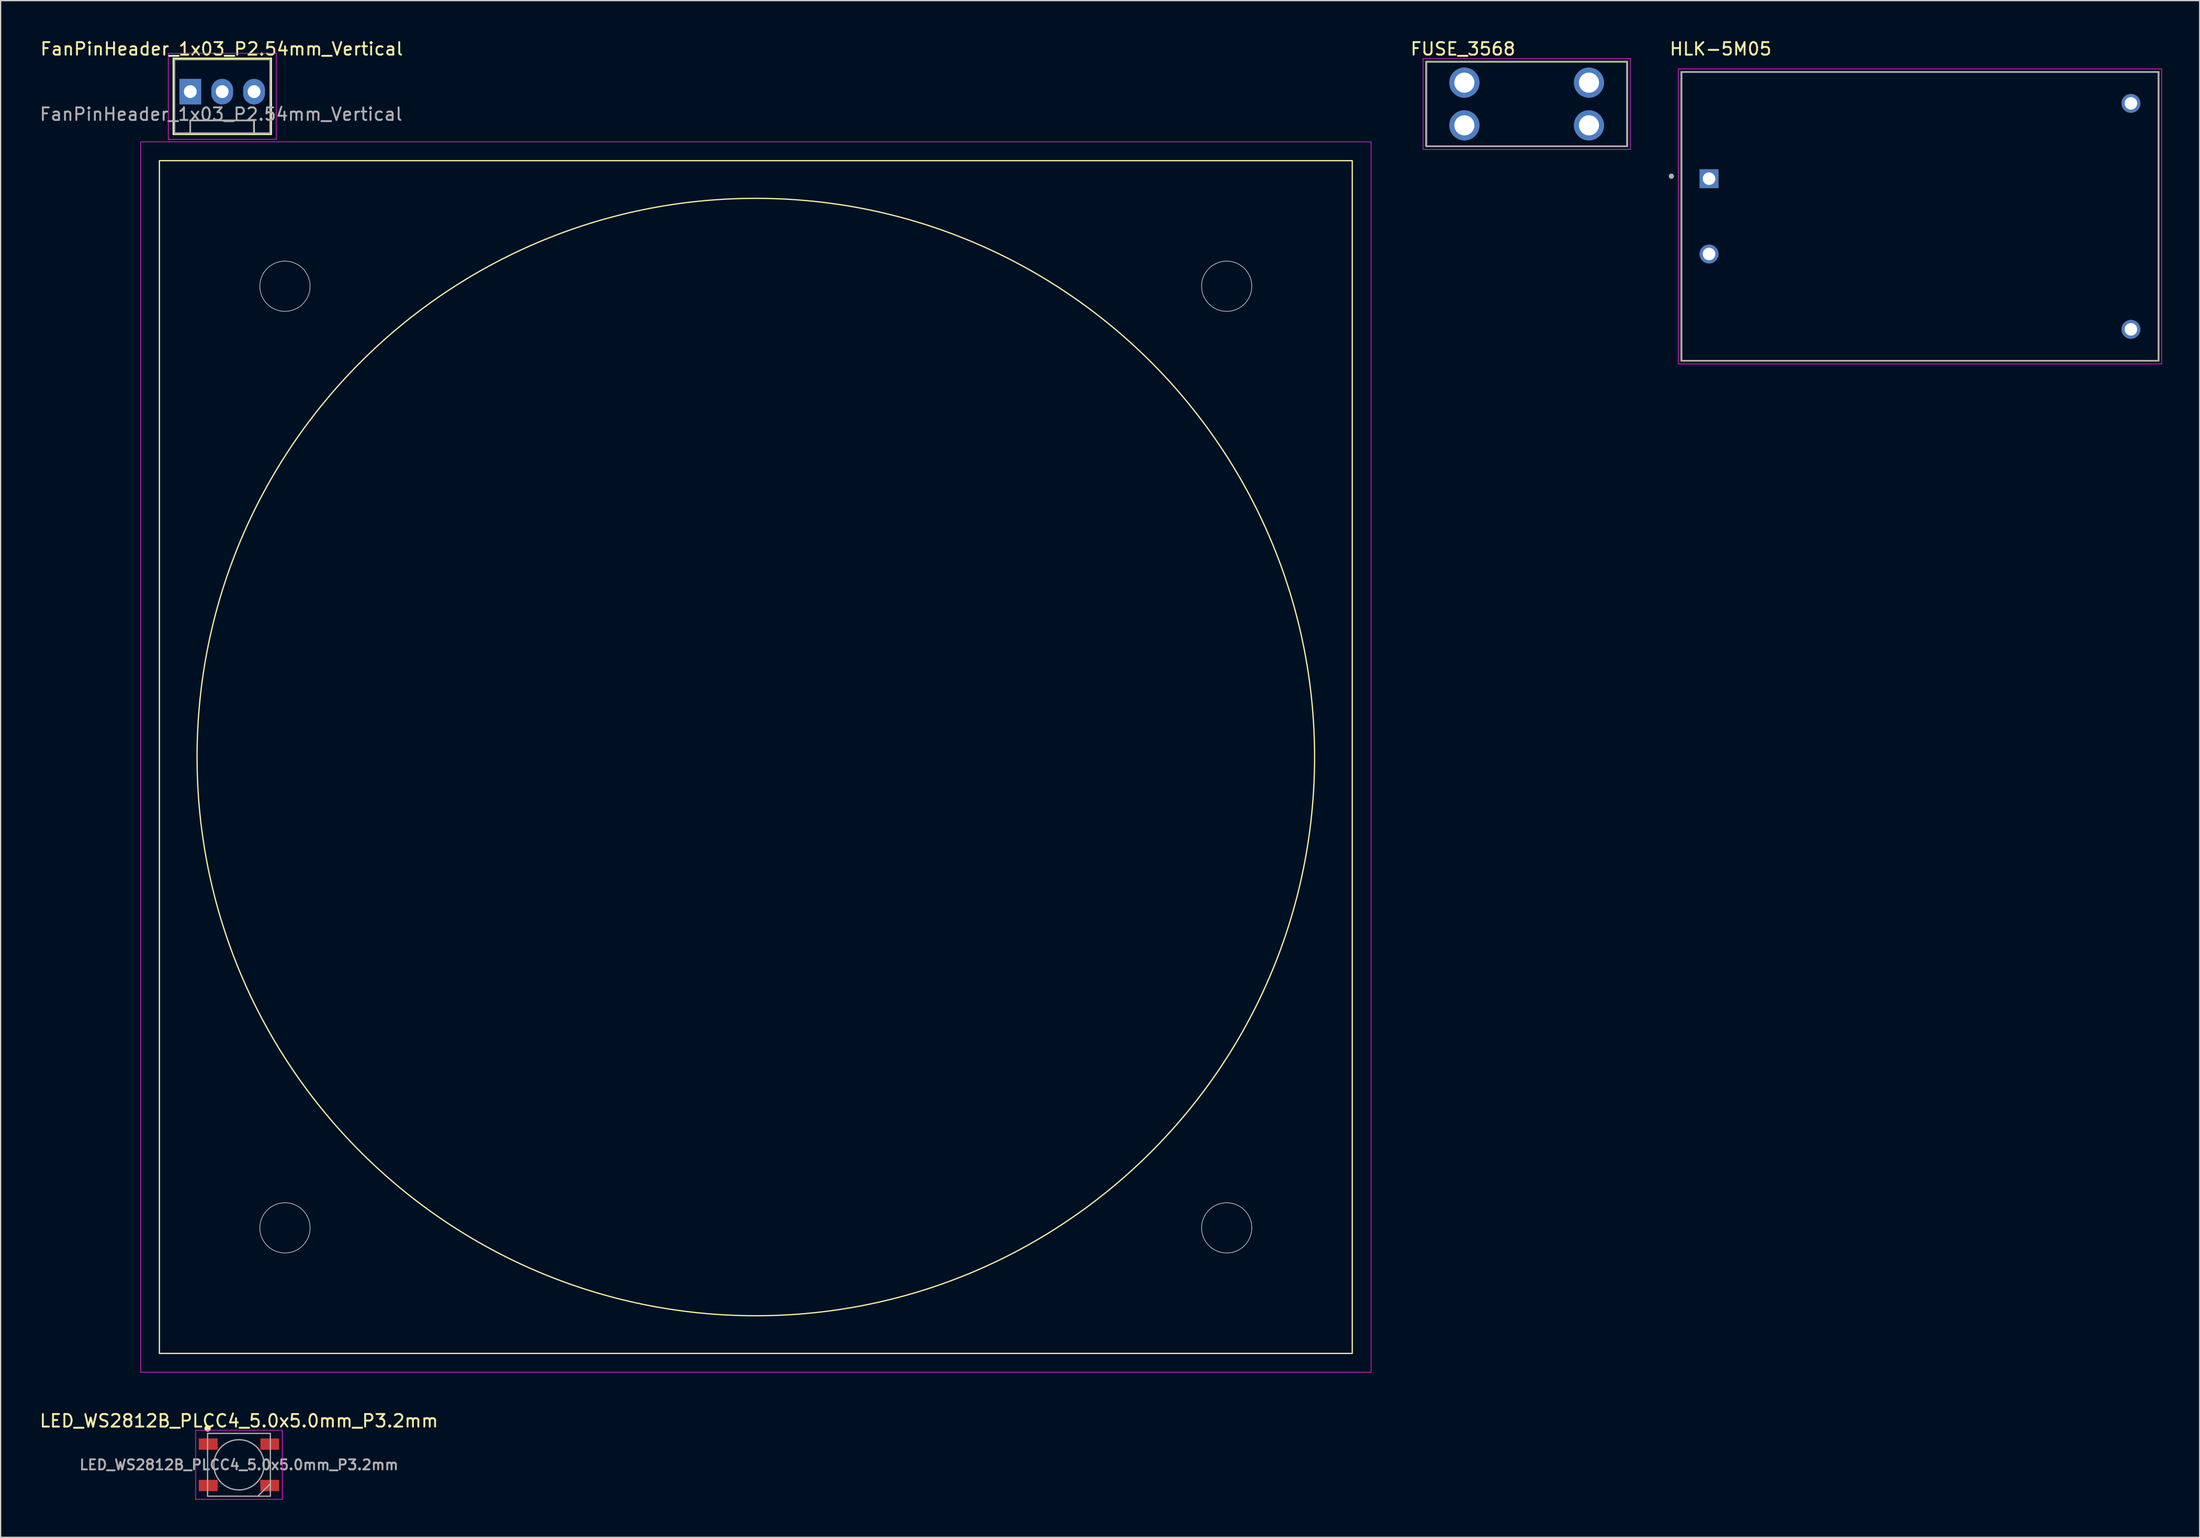
<source format=kicad_pcb>
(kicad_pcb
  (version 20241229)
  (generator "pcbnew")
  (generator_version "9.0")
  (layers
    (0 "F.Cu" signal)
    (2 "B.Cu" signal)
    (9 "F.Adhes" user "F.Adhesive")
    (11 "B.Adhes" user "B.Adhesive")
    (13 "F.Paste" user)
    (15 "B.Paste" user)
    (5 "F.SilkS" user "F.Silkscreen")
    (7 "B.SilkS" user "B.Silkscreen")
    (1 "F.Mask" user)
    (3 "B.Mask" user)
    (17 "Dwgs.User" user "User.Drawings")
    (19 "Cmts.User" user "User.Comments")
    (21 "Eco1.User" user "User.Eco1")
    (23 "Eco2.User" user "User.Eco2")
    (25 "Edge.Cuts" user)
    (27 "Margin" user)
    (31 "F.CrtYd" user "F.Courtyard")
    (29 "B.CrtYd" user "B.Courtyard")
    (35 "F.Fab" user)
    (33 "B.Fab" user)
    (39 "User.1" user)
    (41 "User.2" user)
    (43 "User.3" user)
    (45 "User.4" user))
  (footprint "FanPinHeader_1x03_P2.54mm_Vertical"
    (layer "F.Cu")
    (at 57.144 57.248)
    (property "Reference" "FanPinHeader_1x03_P2.54mm_Vertical" (at -42.54 -56.4 0) (layer "F.SilkS") (effects (font (size 1 1) (thickness 0.15))))
    (attr through_hole)
    (fp_line (start -46.39 -55.65) (end -38.59 -55.65) (stroke (width 0.12) (type solid)) (layer "F.SilkS"))
    (fp_line (start -46.39 -49.6) (end -46.39 -55.65) (stroke (width 0.12) (type solid)) (layer "F.SilkS"))
    (fp_line (start -45.04 -50.71) (end -39.96 -50.71) (stroke (width 0.12) (type solid)) (layer "F.SilkS"))
    (fp_line (start -45.04 -49.7) (end -45.04 -50.71) (stroke (width 0.12) (type solid)) (layer "F.SilkS"))
    (fp_line (start -39.96 -50.71) (end -39.96 -49.7) (stroke (width 0.12) (type solid)) (layer "F.SilkS"))
    (fp_line (start -38.59 -55.65) (end -38.59 -49.6) (stroke (width 0.12) (type solid)) (layer "F.SilkS"))
    (fp_line (start -38.59 -49.6) (end -46.39 -49.6) (stroke (width 0.12) (type solid)) (layer "F.SilkS"))
    (fp_rect (start -47.5 -47.5) (end 47.5 47.5) (stroke (width 0.1) (type default)) (fill no) (layer "F.SilkS"))
    (fp_circle (center 0 0) (end 44.5 0) (stroke (width 0.1) (type default)) (fill no) (layer "F.SilkS"))
    (fp_circle (center -37.5 -37.5) (end -35.5 -37.5) (stroke (width 0.05) (type solid)) (fill no) (layer "Edge.Cuts"))
    (fp_circle (center -37.5 37.5) (end -35.5 37.5) (stroke (width 0.05) (type solid)) (fill no) (layer "Edge.Cuts"))
    (fp_circle (center 37.5 -37.5) (end 39.5 -37.5) (stroke (width 0.05) (type solid)) (fill no) (layer "Edge.Cuts"))
    (fp_circle (center 37.5 37.5) (end 39.5 37.5) (stroke (width 0.05) (type solid)) (fill no) (layer "Edge.Cuts"))
    (fp_line (start -46.79 -49.2) (end -46.79 -56.05) (stroke (width 0.05) (type solid)) (layer "F.CrtYd"))
    (fp_line (start -46.79 -49.2) (end -38.19 -49.2) (stroke (width 0.05) (type solid)) (layer "F.CrtYd"))
    (fp_line (start -38.19 -56.05) (end -46.79 -56.05) (stroke (width 0.05) (type solid)) (layer "F.CrtYd"))
    (fp_line (start -38.19 -56.05) (end -38.19 -49.2) (stroke (width 0.05) (type solid)) (layer "F.CrtYd"))
    (fp_rect (start -49 -49) (end 49 49) (stroke (width 0.05) (type default)) (fill no) (layer "F.CrtYd"))
    (fp_line (start -46.29 -55.55) (end -38.69 -55.55) (stroke (width 0.1) (type solid)) (layer "F.Fab"))
    (fp_line (start -46.29 -49.7) (end -46.29 -55.55) (stroke (width 0.1) (type solid)) (layer "F.Fab"))
    (fp_line (start -45.04 -50.7) (end -45.04 -49.7) (stroke (width 0.1) (type solid)) (layer "F.Fab"))
    (fp_line (start -39.99 -50.7) (end -45.04 -50.7) (stroke (width 0.1) (type solid)) (layer "F.Fab"))
    (fp_line (start -39.99 -49.7) (end -39.99 -50.7) (stroke (width 0.1) (type solid)) (layer "F.Fab"))
    (fp_line (start -38.69 -55.55) (end -38.69 -49.7) (stroke (width 0.1) (type solid)) (layer "F.Fab"))
    (fp_line (start -38.69 -49.7) (end -46.29 -49.7) (stroke (width 0.1) (type solid)) (layer "F.Fab"))
    (fp_text user "${REFERENCE}" (at -42.59 -51.2 0) (layer "F.Fab") (effects (font (size 1 1) (thickness 0.15))))
    (pad "1" thru_hole rect (at -45.04 -53 90) (size 2.03 1.73) (drill 1.02) (layers "*.Cu" "*.Mask"))
    (pad "2" thru_hole oval (at -42.5 -53 90) (size 2.03 1.73) (drill 1.02) (layers "*.Cu" "*.Mask"))
    (pad "3" thru_hole oval (at -39.96 -53 90) (size 2.03 1.73) (drill 1.02) (layers "*.Cu" "*.Mask")))
  (footprint "HLK-5M05"
    (layer "F.Cu")
    (at 149.858 14.183)
    (property "Reference" "HLK-5M05" (at -15.875 -13.335 0) (layer "F.SilkS") (effects (font (size 1 1) (thickness 0.15))))
    (attr through_hole)
    (fp_line (start -19 -11.5) (end -19 11.5) (stroke (width 0.127) (type solid)) (layer "F.SilkS"))
    (fp_line (start -19 11.5) (end 19 11.5) (stroke (width 0.127) (type solid)) (layer "F.SilkS"))
    (fp_line (start 19 -11.5) (end -19 -11.5) (stroke (width 0.127) (type solid)) (layer "F.SilkS"))
    (fp_line (start 19 11.5) (end 19 -11.5) (stroke (width 0.127) (type solid)) (layer "F.SilkS"))
    (fp_circle (center -19.8 -3.2) (end -19.7 -3.2) (stroke (width 0.2) (type solid)) (fill no) (layer "F.SilkS"))
    (fp_line (start -19.25 -11.75) (end 19.25 -11.75) (stroke (width 0.05) (type solid)) (layer "F.CrtYd"))
    (fp_line (start -19.25 11.75) (end -19.25 -11.75) (stroke (width 0.05) (type solid)) (layer "F.CrtYd"))
    (fp_line (start 19.25 -11.75) (end 19.25 11.75) (stroke (width 0.05) (type solid)) (layer "F.CrtYd"))
    (fp_line (start 19.25 11.75) (end -19.25 11.75) (stroke (width 0.05) (type solid)) (layer "F.CrtYd"))
    (fp_line (start -19 -11.5) (end -19 11.5) (stroke (width 0.127) (type solid)) (layer "F.Fab"))
    (fp_line (start -19 11.5) (end 19 11.5) (stroke (width 0.127) (type solid)) (layer "F.Fab"))
    (fp_line (start 19 -11.5) (end -19 -11.5) (stroke (width 0.127) (type solid)) (layer "F.Fab"))
    (fp_line (start 19 11.5) (end 19 -11.5) (stroke (width 0.127) (type solid)) (layer "F.Fab"))
    (fp_circle (center -19.8 -3.2) (end -19.7 -3.2) (stroke (width 0.2) (type solid)) (fill no) (layer "F.Fab"))
    (pad "1" thru_hole rect (at -16.8 -3) (size 1.5 1.5) (drill 1) (layers "*.Cu" "*.Mask"))
    (pad "2" thru_hole circle (at -16.8 3) (size 1.5 1.5) (drill 1) (layers "*.Cu" "*.Mask"))
    (pad "3" thru_hole circle (at 16.8 -9) (size 1.5 1.5) (drill 1) (layers "*.Cu" "*.Mask"))
    (pad "4" thru_hole circle (at 16.8 9) (size 1.5 1.5) (drill 1) (layers "*.Cu" "*.Mask")))
  (footprint "FUSE_3568"
    (layer "F.Cu")
    (at 118.535 5.233)
    (property "Reference" "FUSE_3568" (at -5.075 -4.385 0) (layer "F.SilkS") (effects (font (size 1 1) (thickness 0.15))))
    (attr through_hole)
    (fp_line (start -8 -3.365) (end 8 -3.365) (stroke (width 0.127) (type solid)) (layer "F.SilkS"))
    (fp_line (start -8 3.365) (end -8 -3.365) (stroke (width 0.127) (type solid)) (layer "F.SilkS"))
    (fp_line (start 8 -3.365) (end 8 3.365) (stroke (width 0.127) (type solid)) (layer "F.SilkS"))
    (fp_line (start 8 3.365) (end -8 3.365) (stroke (width 0.127) (type solid)) (layer "F.SilkS"))
    (fp_line (start -8.25 -3.615) (end 8.25 -3.615) (stroke (width 0.05) (type solid)) (layer "F.CrtYd"))
    (fp_line (start -8.25 3.615) (end -8.25 -3.615) (stroke (width 0.05) (type solid)) (layer "F.CrtYd"))
    (fp_line (start 8.25 -3.615) (end 8.25 3.615) (stroke (width 0.05) (type solid)) (layer "F.CrtYd"))
    (fp_line (start 8.25 3.615) (end -8.25 3.615) (stroke (width 0.05) (type solid)) (layer "F.CrtYd"))
    (fp_line (start -8 -3.365) (end 8 -3.365) (stroke (width 0.127) (type solid)) (layer "F.Fab"))
    (fp_line (start -8 3.365) (end -8 -3.365) (stroke (width 0.127) (type solid)) (layer "F.Fab"))
    (fp_line (start 8 -3.365) (end 8 3.365) (stroke (width 0.127) (type solid)) (layer "F.Fab"))
    (fp_line (start 8 3.365) (end -8 3.365) (stroke (width 0.127) (type solid)) (layer "F.Fab"))
    (pad "1" thru_hole circle (at -4.96 -1.7) (size 2.4 2.4) (drill 1.6) (layers "*.Cu" "*.Mask"))
    (pad "2" thru_hole circle (at 4.96 -1.7) (size 2.4 2.4) (drill 1.6) (layers "*.Cu" "*.Mask"))
    (pad "3" thru_hole circle (at -4.96 1.7) (size 2.4 2.4) (drill 1.6) (layers "*.Cu" "*.Mask"))
    (pad "4" thru_hole circle (at 4.96 1.7) (size 2.4 2.4) (drill 1.6) (layers "*.Cu" "*.Mask")))
  (footprint "LED_WS2812B_PLCC4_5.0x5.0mm_P3.2mm"
    (layer "F.Cu")
    (at 15.982 113.621)
    (property "Reference" "LED_WS2812B_PLCC4_5.0x5.0mm_P3.2mm" (at 0 -3.5 0) (layer "F.SilkS") (effects (font (size 1 1) (thickness 0.15))))
    (attr smd)
    (fp_circle (center -2.5 -2.9) (end -2.3 -2.9) (stroke (width 0.1) (type solid)) (fill yes) (layer "F.SilkS"))
    (fp_line (start -3.45 -2.75) (end -3.45 2.75) (stroke (width 0.05) (type solid)) (layer "F.CrtYd"))
    (fp_line (start -3.45 2.75) (end 3.45 2.75) (stroke (width 0.05) (type solid)) (layer "F.CrtYd"))
    (fp_line (start 3.45 -2.75) (end -3.45 -2.75) (stroke (width 0.05) (type solid)) (layer "F.CrtYd"))
    (fp_line (start 3.45 2.75) (end 3.45 -2.75) (stroke (width 0.05) (type solid)) (layer "F.CrtYd"))
    (fp_line (start -2.5 -2.5) (end -2.5 2.5) (stroke (width 0.1) (type solid)) (layer "F.Fab"))
    (fp_line (start -2.5 2.5) (end 2.5 2.5) (stroke (width 0.1) (type solid)) (layer "F.Fab"))
    (fp_line (start 2.5 -2.5) (end -2.5 -2.5) (stroke (width 0.1) (type solid)) (layer "F.Fab"))
    (fp_line (start 2.5 1.5) (end 1.5 2.5) (stroke (width 0.1) (type solid)) (layer "F.Fab"))
    (fp_line (start 2.5 2.5) (end 2.5 -2.5) (stroke (width 0.1) (type solid)) (layer "F.Fab"))
    (fp_circle (center 0 0) (end 0 -2) (stroke (width 0.1) (type solid)) (fill no) (layer "F.Fab"))
    (fp_text user "${REFERENCE}" (at 0 0 0) (layer "F.Fab") (effects (font (size 0.8 0.8) (thickness 0.15))))
    (pad "1" smd rect (at -2.45 -1.65) (size 1.5 0.9) (layers "F.Cu" "F.Mask" "F.Paste"))
    (pad "2" smd rect (at -2.45 1.65) (size 1.5 0.9) (layers "F.Cu" "F.Mask" "F.Paste"))
    (pad "3" smd rect (at 2.45 1.65) (size 1.5 0.9) (layers "F.Cu" "F.Mask" "F.Paste"))
    (pad "4" smd rect (at 2.45 -1.65) (size 1.5 0.9) (layers "F.Cu" "F.Mask" "F.Paste")))
  (gr_rect
    (start -3 -3)
    (end 172.133 119.397)
    (stroke (width 0.1) (type default))
    (fill no)
    (layer "Edge.Cuts")))
</source>
